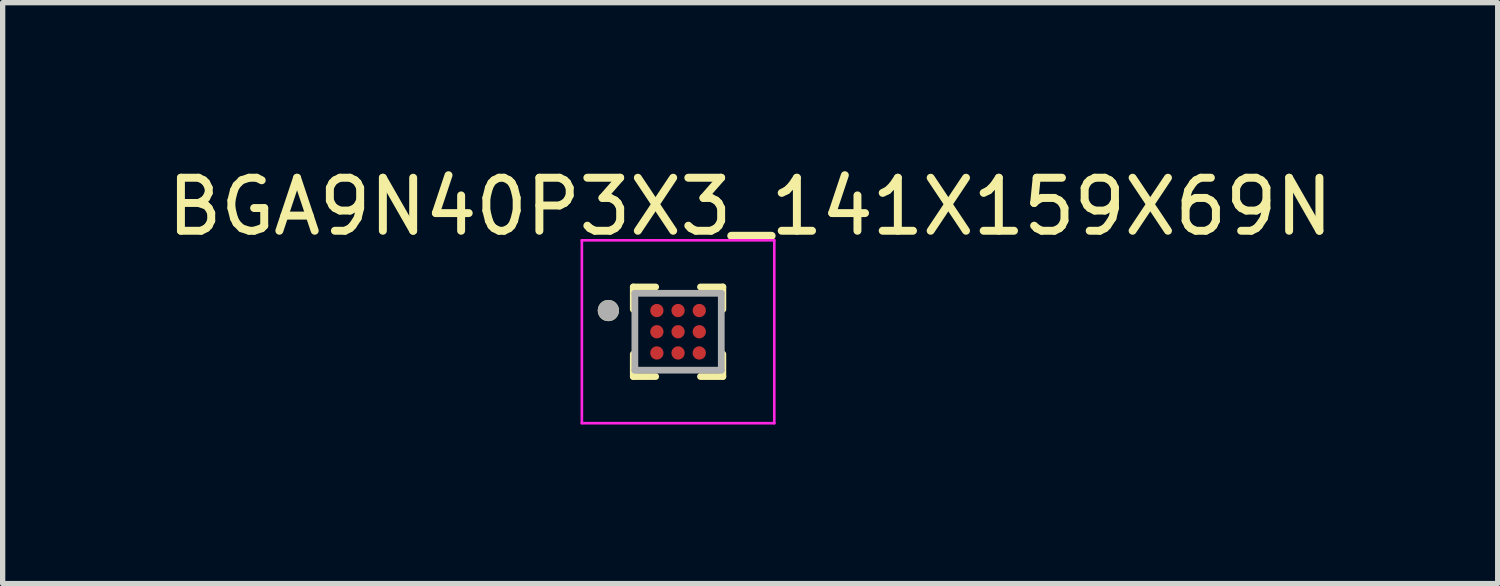
<source format=kicad_pcb>
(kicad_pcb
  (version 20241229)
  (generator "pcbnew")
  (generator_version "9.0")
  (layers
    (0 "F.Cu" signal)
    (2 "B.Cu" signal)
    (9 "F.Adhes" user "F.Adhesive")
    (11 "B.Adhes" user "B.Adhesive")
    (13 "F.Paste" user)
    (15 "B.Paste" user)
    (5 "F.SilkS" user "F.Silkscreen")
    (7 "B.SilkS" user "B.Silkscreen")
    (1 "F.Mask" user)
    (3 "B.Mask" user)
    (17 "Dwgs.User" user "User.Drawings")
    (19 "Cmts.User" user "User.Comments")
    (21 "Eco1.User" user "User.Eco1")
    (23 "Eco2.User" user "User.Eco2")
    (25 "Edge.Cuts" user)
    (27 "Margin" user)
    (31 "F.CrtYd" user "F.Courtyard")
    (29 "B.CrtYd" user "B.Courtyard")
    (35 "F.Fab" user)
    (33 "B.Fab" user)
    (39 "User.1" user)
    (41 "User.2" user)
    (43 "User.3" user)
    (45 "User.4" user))
  (footprint "BGA9N40P3X3_141X159X69N"
    (layer "F.Cu")
    (at 9.741 3.208)
    (property "Reference" "BGA9N40P3X3_141X159X69N" (at 1.36 -2.36 0) (layer "F.SilkS") (effects (font (size 1 1) (thickness 0.15))))
    (attr through_hole)
    (fp_line (start -0.845 -0.845) (end -0.845 -0.422) (stroke (width 0.127) (type solid)) (layer "F.SilkS"))
    (fp_line (start -0.845 -0.845) (end -0.422 -0.845) (stroke (width 0.127) (type solid)) (layer "F.SilkS"))
    (fp_line (start -0.845 0.845) (end -0.845 0.422) (stroke (width 0.127) (type solid)) (layer "F.SilkS"))
    (fp_line (start -0.845 0.845) (end -0.422 0.845) (stroke (width 0.127) (type solid)) (layer "F.SilkS"))
    (fp_line (start 0.845 -0.845) (end 0.422 -0.845) (stroke (width 0.127) (type solid)) (layer "F.SilkS"))
    (fp_line (start 0.845 -0.845) (end 0.845 -0.422) (stroke (width 0.127) (type solid)) (layer "F.SilkS"))
    (fp_line (start 0.845 0.845) (end 0.422 0.845) (stroke (width 0.127) (type solid)) (layer "F.SilkS"))
    (fp_line (start 0.845 0.845) (end 0.845 0.422) (stroke (width 0.127) (type solid)) (layer "F.SilkS"))
    (fp_circle (center -1.315 -0.4) (end -1.215 -0.4) (stroke (width 0.2) (type solid)) (fill no) (layer "F.SilkS"))
    (fp_line (start -1.815 -1.725) (end 1.815 -1.725) (stroke (width 0.05) (type solid)) (layer "F.CrtYd"))
    (fp_line (start -1.815 1.725) (end -1.815 -1.725) (stroke (width 0.05) (type solid)) (layer "F.CrtYd"))
    (fp_line (start -1.815 1.725) (end 1.815 1.725) (stroke (width 0.05) (type solid)) (layer "F.CrtYd"))
    (fp_line (start 1.815 1.725) (end 1.815 -1.725) (stroke (width 0.05) (type solid)) (layer "F.CrtYd"))
    (fp_line (start -0.815 0.725) (end -0.815 -0.725) (stroke (width 0.127) (type solid)) (layer "F.Fab"))
    (fp_line (start 0.815 -0.725) (end -0.815 -0.725) (stroke (width 0.127) (type solid)) (layer "F.Fab"))
    (fp_line (start 0.815 0.725) (end -0.815 0.725) (stroke (width 0.127) (type solid)) (layer "F.Fab"))
    (fp_line (start 0.815 0.725) (end 0.815 -0.725) (stroke (width 0.127) (type solid)) (layer "F.Fab"))
    (fp_circle (center -1.315 -0.4) (end -1.215 -0.4) (stroke (width 0.2) (type solid)) (fill no) (layer "F.Fab"))
    (pad "A1" smd circle (at -0.4 -0.4) (size 0.25 0.25) (layers "F.Cu" "F.Mask" "F.Paste"))
    (pad "A2" smd circle (at 0 -0.4) (size 0.25 0.25) (layers "F.Cu" "F.Mask" "F.Paste"))
    (pad "A3" smd circle (at 0.4 -0.4) (size 0.25 0.25) (layers "F.Cu" "F.Mask" "F.Paste"))
    (pad "B1" smd circle (at -0.4 0) (size 0.25 0.25) (layers "F.Cu" "F.Mask" "F.Paste"))
    (pad "B2" smd circle (at 0 0) (size 0.25 0.25) (layers "F.Cu" "F.Mask" "F.Paste"))
    (pad "B3" smd circle (at 0.4 0) (size 0.25 0.25) (layers "F.Cu" "F.Mask" "F.Paste"))
    (pad "C1" smd circle (at -0.4 0.4) (size 0.25 0.25) (layers "F.Cu" "F.Mask" "F.Paste"))
    (pad "C2" smd circle (at 0 0.4) (size 0.25 0.25) (layers "F.Cu" "F.Mask" "F.Paste"))
    (pad "C3" smd circle (at 0.4 0.4) (size 0.25 0.25) (layers "F.Cu" "F.Mask" "F.Paste")))
  (gr_rect
    (start -3 -3)
    (end 25.202 7.958)
    (stroke (width 0.1) (type default))
    (fill no)
    (layer "Edge.Cuts")))
</source>
